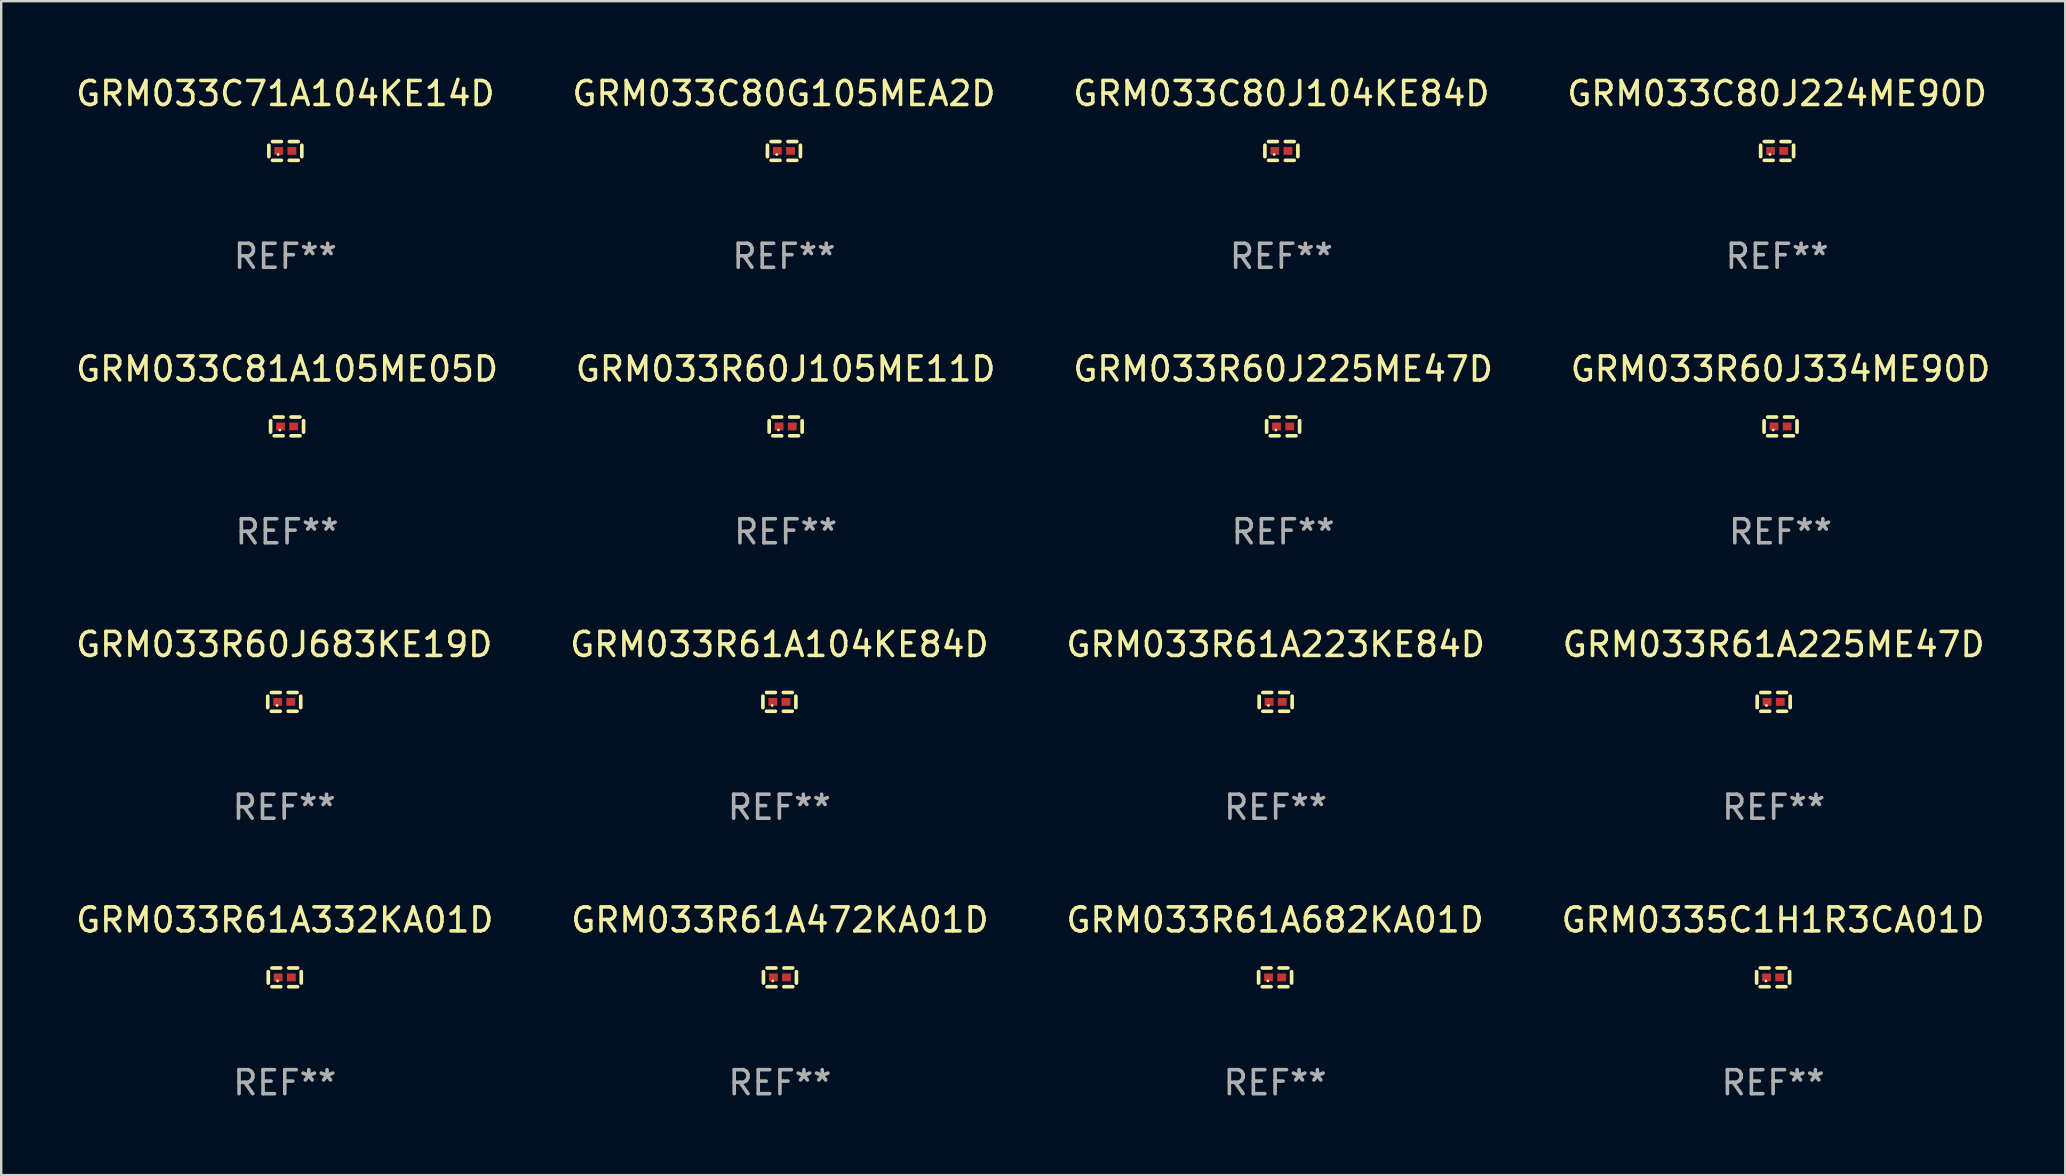
<source format=kicad_pcb>
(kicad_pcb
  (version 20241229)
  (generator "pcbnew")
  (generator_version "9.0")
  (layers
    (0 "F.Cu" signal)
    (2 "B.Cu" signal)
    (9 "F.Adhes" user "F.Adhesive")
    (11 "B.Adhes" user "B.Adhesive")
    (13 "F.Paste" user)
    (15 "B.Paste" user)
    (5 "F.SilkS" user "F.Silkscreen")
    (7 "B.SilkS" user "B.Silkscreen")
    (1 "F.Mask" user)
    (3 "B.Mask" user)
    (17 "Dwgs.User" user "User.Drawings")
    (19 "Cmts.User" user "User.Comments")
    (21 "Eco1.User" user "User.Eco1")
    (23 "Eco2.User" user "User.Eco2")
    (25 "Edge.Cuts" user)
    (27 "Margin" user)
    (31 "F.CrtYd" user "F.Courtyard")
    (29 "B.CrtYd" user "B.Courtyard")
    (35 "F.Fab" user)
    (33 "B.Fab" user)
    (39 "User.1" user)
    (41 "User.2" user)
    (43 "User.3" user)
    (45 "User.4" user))
  (footprint "GRM033C80J224ME90D"
    (layer "F.Cu")
    (at 70.994 3.239)
    (property "Reference" "GRM033C80J224ME90D" (at 0 -2.391 0) (layer "F.SilkS") (effects (font (size 1 1) (thickness 0.15))))
    (attr through_hole)
    (fp_line (start -0.687 0.238) (end -0.687 -0.238) (stroke (width 0.152) (type solid)) (layer "F.SilkS"))
    (fp_line (start -0.535 -0.391) (end -0.166 -0.391) (stroke (width 0.152) (type solid)) (layer "F.SilkS"))
    (fp_line (start -0.166 0.391) (end -0.535 0.391) (stroke (width 0.152) (type solid)) (layer "F.SilkS"))
    (fp_line (start 0.166 0.391) (end 0.535 0.391) (stroke (width 0.152) (type solid)) (layer "F.SilkS"))
    (fp_line (start 0.535 -0.391) (end 0.166 -0.391) (stroke (width 0.152) (type solid)) (layer "F.SilkS"))
    (fp_line (start 0.687 0.238) (end 0.687 -0.238) (stroke (width 0.152) (type solid)) (layer "F.SilkS"))
    (fp_circle (center -0.3 0.15) (end -0.27 0.15) (stroke (width 0.06) (type solid)) (fill no) (layer "F.SilkS"))
    (fp_text user "REF**" (at 0 4.391 0) (layer "F.Fab") (effects (font (size 1 1) (thickness 0.15))))
    (pad "1" smd rect (at -0.274 0) (size 0.368 0.324) (layers "F.Cu" "F.Mask" "F.Paste"))
    (pad "2" smd rect (at 0.274 0) (size 0.368 0.324) (layers "F.Cu" "F.Mask" "F.Paste")))
  (footprint "GRM033R61A104KE84D"
    (layer "F.Cu")
    (at 29.423 26.194)
    (property "Reference" "GRM033R61A104KE84D" (at 0 -2.391 0) (layer "F.SilkS") (effects (font (size 1 1) (thickness 0.15))))
    (attr through_hole)
    (fp_line (start -0.687 0.238) (end -0.687 -0.238) (stroke (width 0.152) (type solid)) (layer "F.SilkS"))
    (fp_line (start -0.535 -0.391) (end -0.166 -0.391) (stroke (width 0.152) (type solid)) (layer "F.SilkS"))
    (fp_line (start -0.166 0.391) (end -0.535 0.391) (stroke (width 0.152) (type solid)) (layer "F.SilkS"))
    (fp_line (start 0.166 0.391) (end 0.535 0.391) (stroke (width 0.152) (type solid)) (layer "F.SilkS"))
    (fp_line (start 0.535 -0.391) (end 0.166 -0.391) (stroke (width 0.152) (type solid)) (layer "F.SilkS"))
    (fp_line (start 0.687 0.238) (end 0.687 -0.238) (stroke (width 0.152) (type solid)) (layer "F.SilkS"))
    (fp_circle (center -0.3 0.15) (end -0.27 0.15) (stroke (width 0.06) (type solid)) (fill no) (layer "F.SilkS"))
    (fp_text user "REF**" (at 0 4.391 0) (layer "F.Fab") (effects (font (size 1 1) (thickness 0.15))))
    (pad "1" smd rect (at -0.274 0) (size 0.368 0.324) (layers "F.Cu" "F.Mask" "F.Paste"))
    (pad "2" smd rect (at 0.274 0) (size 0.368 0.324) (layers "F.Cu" "F.Mask" "F.Paste")))
  (footprint "GRM033R60J225ME47D"
    (layer "F.Cu")
    (at 50.411 14.717)
    (property "Reference" "GRM033R60J225ME47D" (at 0 -2.391 0) (layer "F.SilkS") (effects (font (size 1 1) (thickness 0.15))))
    (attr through_hole)
    (fp_line (start -0.687 0.238) (end -0.687 -0.238) (stroke (width 0.152) (type solid)) (layer "F.SilkS"))
    (fp_line (start -0.535 -0.391) (end -0.166 -0.391) (stroke (width 0.152) (type solid)) (layer "F.SilkS"))
    (fp_line (start -0.166 0.391) (end -0.535 0.391) (stroke (width 0.152) (type solid)) (layer "F.SilkS"))
    (fp_line (start 0.166 0.391) (end 0.535 0.391) (stroke (width 0.152) (type solid)) (layer "F.SilkS"))
    (fp_line (start 0.535 -0.391) (end 0.166 -0.391) (stroke (width 0.152) (type solid)) (layer "F.SilkS"))
    (fp_line (start 0.687 0.238) (end 0.687 -0.238) (stroke (width 0.152) (type solid)) (layer "F.SilkS"))
    (fp_circle (center -0.3 0.15) (end -0.27 0.15) (stroke (width 0.06) (type solid)) (fill no) (layer "F.SilkS"))
    (fp_text user "REF**" (at 0 4.391 0) (layer "F.Fab") (effects (font (size 1 1) (thickness 0.15))))
    (pad "1" smd rect (at -0.274 0) (size 0.368 0.324) (layers "F.Cu" "F.Mask" "F.Paste"))
    (pad "2" smd rect (at 0.274 0) (size 0.368 0.324) (layers "F.Cu" "F.Mask" "F.Paste")))
  (footprint "GRM033R60J683KE19D"
    (layer "F.Cu")
    (at 8.792 26.194)
    (property "Reference" "GRM033R60J683KE19D" (at 0 -2.391 0) (layer "F.SilkS") (effects (font (size 1 1) (thickness 0.15))))
    (attr through_hole)
    (fp_line (start -0.687 0.238) (end -0.687 -0.238) (stroke (width 0.152) (type solid)) (layer "F.SilkS"))
    (fp_line (start -0.535 -0.391) (end -0.166 -0.391) (stroke (width 0.152) (type solid)) (layer "F.SilkS"))
    (fp_line (start -0.166 0.391) (end -0.535 0.391) (stroke (width 0.152) (type solid)) (layer "F.SilkS"))
    (fp_line (start 0.166 0.391) (end 0.535 0.391) (stroke (width 0.152) (type solid)) (layer "F.SilkS"))
    (fp_line (start 0.535 -0.391) (end 0.166 -0.391) (stroke (width 0.152) (type solid)) (layer "F.SilkS"))
    (fp_line (start 0.687 0.238) (end 0.687 -0.238) (stroke (width 0.152) (type solid)) (layer "F.SilkS"))
    (fp_circle (center -0.3 0.15) (end -0.27 0.15) (stroke (width 0.06) (type solid)) (fill no) (layer "F.SilkS"))
    (fp_text user "REF**" (at 0 4.391 0) (layer "F.Fab") (effects (font (size 1 1) (thickness 0.15))))
    (pad "1" smd rect (at -0.274 0) (size 0.368 0.324) (layers "F.Cu" "F.Mask" "F.Paste"))
    (pad "2" smd rect (at 0.274 0) (size 0.368 0.324) (layers "F.Cu" "F.Mask" "F.Paste")))
  (footprint "GRM033R61A332KA01D"
    (layer "F.Cu")
    (at 8.815 37.672)
    (property "Reference" "GRM033R61A332KA01D" (at 0 -2.391 0) (layer "F.SilkS") (effects (font (size 1 1) (thickness 0.15))))
    (attr through_hole)
    (fp_line (start -0.687 0.238) (end -0.687 -0.238) (stroke (width 0.152) (type solid)) (layer "F.SilkS"))
    (fp_line (start -0.535 -0.391) (end -0.166 -0.391) (stroke (width 0.152) (type solid)) (layer "F.SilkS"))
    (fp_line (start -0.166 0.391) (end -0.535 0.391) (stroke (width 0.152) (type solid)) (layer "F.SilkS"))
    (fp_line (start 0.166 0.391) (end 0.535 0.391) (stroke (width 0.152) (type solid)) (layer "F.SilkS"))
    (fp_line (start 0.535 -0.391) (end 0.166 -0.391) (stroke (width 0.152) (type solid)) (layer "F.SilkS"))
    (fp_line (start 0.687 0.238) (end 0.687 -0.238) (stroke (width 0.152) (type solid)) (layer "F.SilkS"))
    (fp_circle (center -0.3 0.15) (end -0.27 0.15) (stroke (width 0.06) (type solid)) (fill no) (layer "F.SilkS"))
    (fp_text user "REF**" (at 0 4.391 0) (layer "F.Fab") (effects (font (size 1 1) (thickness 0.15))))
    (pad "1" smd rect (at -0.274 0) (size 0.368 0.324) (layers "F.Cu" "F.Mask" "F.Paste"))
    (pad "2" smd rect (at 0.274 0) (size 0.368 0.324) (layers "F.Cu" "F.Mask" "F.Paste")))
  (footprint "GRM033R61A223KE84D"
    (layer "F.Cu")
    (at 50.101 26.194)
    (property "Reference" "GRM033R61A223KE84D" (at 0 -2.391 0) (layer "F.SilkS") (effects (font (size 1 1) (thickness 0.15))))
    (attr through_hole)
    (fp_line (start -0.687 0.238) (end -0.687 -0.238) (stroke (width 0.152) (type solid)) (layer "F.SilkS"))
    (fp_line (start -0.535 -0.391) (end -0.166 -0.391) (stroke (width 0.152) (type solid)) (layer "F.SilkS"))
    (fp_line (start -0.166 0.391) (end -0.535 0.391) (stroke (width 0.152) (type solid)) (layer "F.SilkS"))
    (fp_line (start 0.166 0.391) (end 0.535 0.391) (stroke (width 0.152) (type solid)) (layer "F.SilkS"))
    (fp_line (start 0.535 -0.391) (end 0.166 -0.391) (stroke (width 0.152) (type solid)) (layer "F.SilkS"))
    (fp_line (start 0.687 0.238) (end 0.687 -0.238) (stroke (width 0.152) (type solid)) (layer "F.SilkS"))
    (fp_circle (center -0.3 0.15) (end -0.27 0.15) (stroke (width 0.06) (type solid)) (fill no) (layer "F.SilkS"))
    (fp_text user "REF**" (at 0 4.391 0) (layer "F.Fab") (effects (font (size 1 1) (thickness 0.15))))
    (pad "1" smd rect (at -0.274 0) (size 0.368 0.324) (layers "F.Cu" "F.Mask" "F.Paste"))
    (pad "2" smd rect (at 0.274 0) (size 0.368 0.324) (layers "F.Cu" "F.Mask" "F.Paste")))
  (footprint "GRM033R60J105ME11D"
    (layer "F.Cu")
    (at 29.685 14.717)
    (property "Reference" "GRM033R60J105ME11D" (at 0 -2.391 0) (layer "F.SilkS") (effects (font (size 1 1) (thickness 0.15))))
    (attr through_hole)
    (fp_line (start -0.687 0.238) (end -0.687 -0.238) (stroke (width 0.152) (type solid)) (layer "F.SilkS"))
    (fp_line (start -0.535 -0.391) (end -0.166 -0.391) (stroke (width 0.152) (type solid)) (layer "F.SilkS"))
    (fp_line (start -0.166 0.391) (end -0.535 0.391) (stroke (width 0.152) (type solid)) (layer "F.SilkS"))
    (fp_line (start 0.166 0.391) (end 0.535 0.391) (stroke (width 0.152) (type solid)) (layer "F.SilkS"))
    (fp_line (start 0.535 -0.391) (end 0.166 -0.391) (stroke (width 0.152) (type solid)) (layer "F.SilkS"))
    (fp_line (start 0.687 0.238) (end 0.687 -0.238) (stroke (width 0.152) (type solid)) (layer "F.SilkS"))
    (fp_circle (center -0.3 0.15) (end -0.27 0.15) (stroke (width 0.06) (type solid)) (fill no) (layer "F.SilkS"))
    (fp_text user "REF**" (at 0 4.391 0) (layer "F.Fab") (effects (font (size 1 1) (thickness 0.15))))
    (pad "1" smd rect (at -0.274 0) (size 0.368 0.324) (layers "F.Cu" "F.Mask" "F.Paste"))
    (pad "2" smd rect (at 0.274 0) (size 0.368 0.324) (layers "F.Cu" "F.Mask" "F.Paste")))
  (footprint "GRM033R60J334ME90D"
    (layer "F.Cu")
    (at 71.137 14.717)
    (property "Reference" "GRM033R60J334ME90D" (at 0 -2.391 0) (layer "F.SilkS") (effects (font (size 1 1) (thickness 0.15))))
    (attr through_hole)
    (fp_line (start -0.687 0.238) (end -0.687 -0.238) (stroke (width 0.152) (type solid)) (layer "F.SilkS"))
    (fp_line (start -0.535 -0.391) (end -0.166 -0.391) (stroke (width 0.152) (type solid)) (layer "F.SilkS"))
    (fp_line (start -0.166 0.391) (end -0.535 0.391) (stroke (width 0.152) (type solid)) (layer "F.SilkS"))
    (fp_line (start 0.166 0.391) (end 0.535 0.391) (stroke (width 0.152) (type solid)) (layer "F.SilkS"))
    (fp_line (start 0.535 -0.391) (end 0.166 -0.391) (stroke (width 0.152) (type solid)) (layer "F.SilkS"))
    (fp_line (start 0.687 0.238) (end 0.687 -0.238) (stroke (width 0.152) (type solid)) (layer "F.SilkS"))
    (fp_circle (center -0.3 0.15) (end -0.27 0.15) (stroke (width 0.06) (type solid)) (fill no) (layer "F.SilkS"))
    (fp_text user "REF**" (at 0 4.391 0) (layer "F.Fab") (effects (font (size 1 1) (thickness 0.15))))
    (pad "1" smd rect (at -0.274 0) (size 0.368 0.324) (layers "F.Cu" "F.Mask" "F.Paste"))
    (pad "2" smd rect (at 0.274 0) (size 0.368 0.324) (layers "F.Cu" "F.Mask" "F.Paste")))
  (footprint "GRM033R61A682KA01D"
    (layer "F.Cu")
    (at 50.077 37.672)
    (property "Reference" "GRM033R61A682KA01D" (at 0 -2.391 0) (layer "F.SilkS") (effects (font (size 1 1) (thickness 0.15))))
    (attr through_hole)
    (fp_line (start -0.687 0.238) (end -0.687 -0.238) (stroke (width 0.152) (type solid)) (layer "F.SilkS"))
    (fp_line (start -0.535 -0.391) (end -0.166 -0.391) (stroke (width 0.152) (type solid)) (layer "F.SilkS"))
    (fp_line (start -0.166 0.391) (end -0.535 0.391) (stroke (width 0.152) (type solid)) (layer "F.SilkS"))
    (fp_line (start 0.166 0.391) (end 0.535 0.391) (stroke (width 0.152) (type solid)) (layer "F.SilkS"))
    (fp_line (start 0.535 -0.391) (end 0.166 -0.391) (stroke (width 0.152) (type solid)) (layer "F.SilkS"))
    (fp_line (start 0.687 0.238) (end 0.687 -0.238) (stroke (width 0.152) (type solid)) (layer "F.SilkS"))
    (fp_circle (center -0.3 0.15) (end -0.27 0.15) (stroke (width 0.06) (type solid)) (fill no) (layer "F.SilkS"))
    (fp_text user "REF**" (at 0 4.391 0) (layer "F.Fab") (effects (font (size 1 1) (thickness 0.15))))
    (pad "1" smd rect (at -0.274 0) (size 0.368 0.324) (layers "F.Cu" "F.Mask" "F.Paste"))
    (pad "2" smd rect (at 0.274 0) (size 0.368 0.324) (layers "F.Cu" "F.Mask" "F.Paste")))
  (footprint "GRM033R61A472KA01D"
    (layer "F.Cu")
    (at 29.446 37.672)
    (property "Reference" "GRM033R61A472KA01D" (at 0 -2.391 0) (layer "F.SilkS") (effects (font (size 1 1) (thickness 0.15))))
    (attr through_hole)
    (fp_line (start -0.687 0.238) (end -0.687 -0.238) (stroke (width 0.152) (type solid)) (layer "F.SilkS"))
    (fp_line (start -0.535 -0.391) (end -0.166 -0.391) (stroke (width 0.152) (type solid)) (layer "F.SilkS"))
    (fp_line (start -0.166 0.391) (end -0.535 0.391) (stroke (width 0.152) (type solid)) (layer "F.SilkS"))
    (fp_line (start 0.166 0.391) (end 0.535 0.391) (stroke (width 0.152) (type solid)) (layer "F.SilkS"))
    (fp_line (start 0.535 -0.391) (end 0.166 -0.391) (stroke (width 0.152) (type solid)) (layer "F.SilkS"))
    (fp_line (start 0.687 0.238) (end 0.687 -0.238) (stroke (width 0.152) (type solid)) (layer "F.SilkS"))
    (fp_circle (center -0.3 0.15) (end -0.27 0.15) (stroke (width 0.06) (type solid)) (fill no) (layer "F.SilkS"))
    (fp_text user "REF**" (at 0 4.391 0) (layer "F.Fab") (effects (font (size 1 1) (thickness 0.15))))
    (pad "1" smd rect (at -0.274 0) (size 0.368 0.324) (layers "F.Cu" "F.Mask" "F.Paste"))
    (pad "2" smd rect (at 0.274 0) (size 0.368 0.324) (layers "F.Cu" "F.Mask" "F.Paste")))
  (footprint "GRM033C80J104KE84D"
    (layer "F.Cu")
    (at 50.339 3.239)
    (property "Reference" "GRM033C80J104KE84D" (at 0 -2.391 0) (layer "F.SilkS") (effects (font (size 1 1) (thickness 0.15))))
    (attr through_hole)
    (fp_line (start -0.687 0.238) (end -0.687 -0.238) (stroke (width 0.152) (type solid)) (layer "F.SilkS"))
    (fp_line (start -0.535 -0.391) (end -0.166 -0.391) (stroke (width 0.152) (type solid)) (layer "F.SilkS"))
    (fp_line (start -0.166 0.391) (end -0.535 0.391) (stroke (width 0.152) (type solid)) (layer "F.SilkS"))
    (fp_line (start 0.166 0.391) (end 0.535 0.391) (stroke (width 0.152) (type solid)) (layer "F.SilkS"))
    (fp_line (start 0.535 -0.391) (end 0.166 -0.391) (stroke (width 0.152) (type solid)) (layer "F.SilkS"))
    (fp_line (start 0.687 0.238) (end 0.687 -0.238) (stroke (width 0.152) (type solid)) (layer "F.SilkS"))
    (fp_circle (center -0.3 0.15) (end -0.27 0.15) (stroke (width 0.06) (type solid)) (fill no) (layer "F.SilkS"))
    (fp_text user "REF**" (at 0 4.391 0) (layer "F.Fab") (effects (font (size 1 1) (thickness 0.15))))
    (pad "1" smd rect (at -0.274 0) (size 0.368 0.324) (layers "F.Cu" "F.Mask" "F.Paste"))
    (pad "2" smd rect (at 0.274 0) (size 0.368 0.324) (layers "F.Cu" "F.Mask" "F.Paste")))
  (footprint "GRM033C71A104KE14D"
    (layer "F.Cu")
    (at 8.839 3.239)
    (property "Reference" "GRM033C71A104KE14D" (at 0 -2.391 0) (layer "F.SilkS") (effects (font (size 1 1) (thickness 0.15))))
    (attr through_hole)
    (fp_line (start -0.687 0.238) (end -0.687 -0.238) (stroke (width 0.152) (type solid)) (layer "F.SilkS"))
    (fp_line (start -0.535 -0.391) (end -0.166 -0.391) (stroke (width 0.152) (type solid)) (layer "F.SilkS"))
    (fp_line (start -0.166 0.391) (end -0.535 0.391) (stroke (width 0.152) (type solid)) (layer "F.SilkS"))
    (fp_line (start 0.166 0.391) (end 0.535 0.391) (stroke (width 0.152) (type solid)) (layer "F.SilkS"))
    (fp_line (start 0.535 -0.391) (end 0.166 -0.391) (stroke (width 0.152) (type solid)) (layer "F.SilkS"))
    (fp_line (start 0.687 0.238) (end 0.687 -0.238) (stroke (width 0.152) (type solid)) (layer "F.SilkS"))
    (fp_circle (center -0.3 0.15) (end -0.27 0.15) (stroke (width 0.06) (type solid)) (fill no) (layer "F.SilkS"))
    (fp_text user "REF**" (at 0 4.391 0) (layer "F.Fab") (effects (font (size 1 1) (thickness 0.15))))
    (pad "1" smd rect (at -0.274 0) (size 0.368 0.324) (layers "F.Cu" "F.Mask" "F.Paste"))
    (pad "2" smd rect (at 0.274 0) (size 0.368 0.324) (layers "F.Cu" "F.Mask" "F.Paste")))
  (footprint "GRM033C81A105ME05D"
    (layer "F.Cu")
    (at 8.911 14.717)
    (property "Reference" "GRM033C81A105ME05D" (at 0 -2.391 0) (layer "F.SilkS") (effects (font (size 1 1) (thickness 0.15))))
    (attr through_hole)
    (fp_line (start -0.687 0.238) (end -0.687 -0.238) (stroke (width 0.152) (type solid)) (layer "F.SilkS"))
    (fp_line (start -0.535 -0.391) (end -0.166 -0.391) (stroke (width 0.152) (type solid)) (layer "F.SilkS"))
    (fp_line (start -0.166 0.391) (end -0.535 0.391) (stroke (width 0.152) (type solid)) (layer "F.SilkS"))
    (fp_line (start 0.166 0.391) (end 0.535 0.391) (stroke (width 0.152) (type solid)) (layer "F.SilkS"))
    (fp_line (start 0.535 -0.391) (end 0.166 -0.391) (stroke (width 0.152) (type solid)) (layer "F.SilkS"))
    (fp_line (start 0.687 0.238) (end 0.687 -0.238) (stroke (width 0.152) (type solid)) (layer "F.SilkS"))
    (fp_circle (center -0.3 0.15) (end -0.27 0.15) (stroke (width 0.06) (type solid)) (fill no) (layer "F.SilkS"))
    (fp_text user "REF**" (at 0 4.391 0) (layer "F.Fab") (effects (font (size 1 1) (thickness 0.15))))
    (pad "1" smd rect (at -0.274 0) (size 0.368 0.324) (layers "F.Cu" "F.Mask" "F.Paste"))
    (pad "2" smd rect (at 0.274 0) (size 0.368 0.324) (layers "F.Cu" "F.Mask" "F.Paste")))
  (footprint "GRM033R61A225ME47D"
    (layer "F.Cu")
    (at 70.851 26.194)
    (property "Reference" "GRM033R61A225ME47D" (at 0 -2.391 0) (layer "F.SilkS") (effects (font (size 1 1) (thickness 0.15))))
    (attr through_hole)
    (fp_line (start -0.687 0.238) (end -0.687 -0.238) (stroke (width 0.152) (type solid)) (layer "F.SilkS"))
    (fp_line (start -0.535 -0.391) (end -0.166 -0.391) (stroke (width 0.152) (type solid)) (layer "F.SilkS"))
    (fp_line (start -0.166 0.391) (end -0.535 0.391) (stroke (width 0.152) (type solid)) (layer "F.SilkS"))
    (fp_line (start 0.166 0.391) (end 0.535 0.391) (stroke (width 0.152) (type solid)) (layer "F.SilkS"))
    (fp_line (start 0.535 -0.391) (end 0.166 -0.391) (stroke (width 0.152) (type solid)) (layer "F.SilkS"))
    (fp_line (start 0.687 0.238) (end 0.687 -0.238) (stroke (width 0.152) (type solid)) (layer "F.SilkS"))
    (fp_circle (center -0.3 0.15) (end -0.27 0.15) (stroke (width 0.06) (type solid)) (fill no) (layer "F.SilkS"))
    (fp_text user "REF**" (at 0 4.391 0) (layer "F.Fab") (effects (font (size 1 1) (thickness 0.15))))
    (pad "1" smd rect (at -0.274 0) (size 0.368 0.324) (layers "F.Cu" "F.Mask" "F.Paste"))
    (pad "2" smd rect (at 0.274 0) (size 0.368 0.324) (layers "F.Cu" "F.Mask" "F.Paste")))
  (footprint "GRM033C80G105MEA2D"
    (layer "F.Cu")
    (at 29.613 3.239)
    (property "Reference" "GRM033C80G105MEA2D" (at 0 -2.391 0) (layer "F.SilkS") (effects (font (size 1 1) (thickness 0.15))))
    (attr through_hole)
    (fp_line (start -0.687 0.238) (end -0.687 -0.238) (stroke (width 0.152) (type solid)) (layer "F.SilkS"))
    (fp_line (start -0.535 -0.391) (end -0.166 -0.391) (stroke (width 0.152) (type solid)) (layer "F.SilkS"))
    (fp_line (start -0.166 0.391) (end -0.535 0.391) (stroke (width 0.152) (type solid)) (layer "F.SilkS"))
    (fp_line (start 0.166 0.391) (end 0.535 0.391) (stroke (width 0.152) (type solid)) (layer "F.SilkS"))
    (fp_line (start 0.535 -0.391) (end 0.166 -0.391) (stroke (width 0.152) (type solid)) (layer "F.SilkS"))
    (fp_line (start 0.687 0.238) (end 0.687 -0.238) (stroke (width 0.152) (type solid)) (layer "F.SilkS"))
    (fp_circle (center -0.3 0.15) (end -0.27 0.15) (stroke (width 0.06) (type solid)) (fill no) (layer "F.SilkS"))
    (fp_text user "REF**" (at 0 4.391 0) (layer "F.Fab") (effects (font (size 1 1) (thickness 0.15))))
    (pad "1" smd rect (at -0.274 0) (size 0.368 0.324) (layers "F.Cu" "F.Mask" "F.Paste"))
    (pad "2" smd rect (at 0.274 0) (size 0.368 0.324) (layers "F.Cu" "F.Mask" "F.Paste")))
  (footprint "GRM0335C1H1R3CA01D"
    (layer "F.Cu")
    (at 70.827 37.672)
    (property "Reference" "GRM0335C1H1R3CA01D" (at 0 -2.391 0) (layer "F.SilkS") (effects (font (size 1 1) (thickness 0.15))))
    (attr through_hole)
    (fp_line (start -0.687 0.238) (end -0.687 -0.238) (stroke (width 0.152) (type solid)) (layer "F.SilkS"))
    (fp_line (start -0.535 -0.391) (end -0.166 -0.391) (stroke (width 0.152) (type solid)) (layer "F.SilkS"))
    (fp_line (start -0.166 0.391) (end -0.535 0.391) (stroke (width 0.152) (type solid)) (layer "F.SilkS"))
    (fp_line (start 0.166 0.391) (end 0.535 0.391) (stroke (width 0.152) (type solid)) (layer "F.SilkS"))
    (fp_line (start 0.535 -0.391) (end 0.166 -0.391) (stroke (width 0.152) (type solid)) (layer "F.SilkS"))
    (fp_line (start 0.687 0.238) (end 0.687 -0.238) (stroke (width 0.152) (type solid)) (layer "F.SilkS"))
    (fp_circle (center -0.3 0.15) (end -0.27 0.15) (stroke (width 0.06) (type solid)) (fill no) (layer "F.SilkS"))
    (fp_text user "REF**" (at 0 4.391 0) (layer "F.Fab") (effects (font (size 1 1) (thickness 0.15))))
    (pad "1" smd rect (at -0.274 0) (size 0.368 0.324) (layers "F.Cu" "F.Mask" "F.Paste"))
    (pad "2" smd rect (at 0.274 0) (size 0.368 0.324) (layers "F.Cu" "F.Mask" "F.Paste")))
  (gr_rect
    (start -3 -3)
    (end 83 45.911)
    (stroke (width 0.1) (type default))
    (fill no)
    (layer "Edge.Cuts")))
</source>
